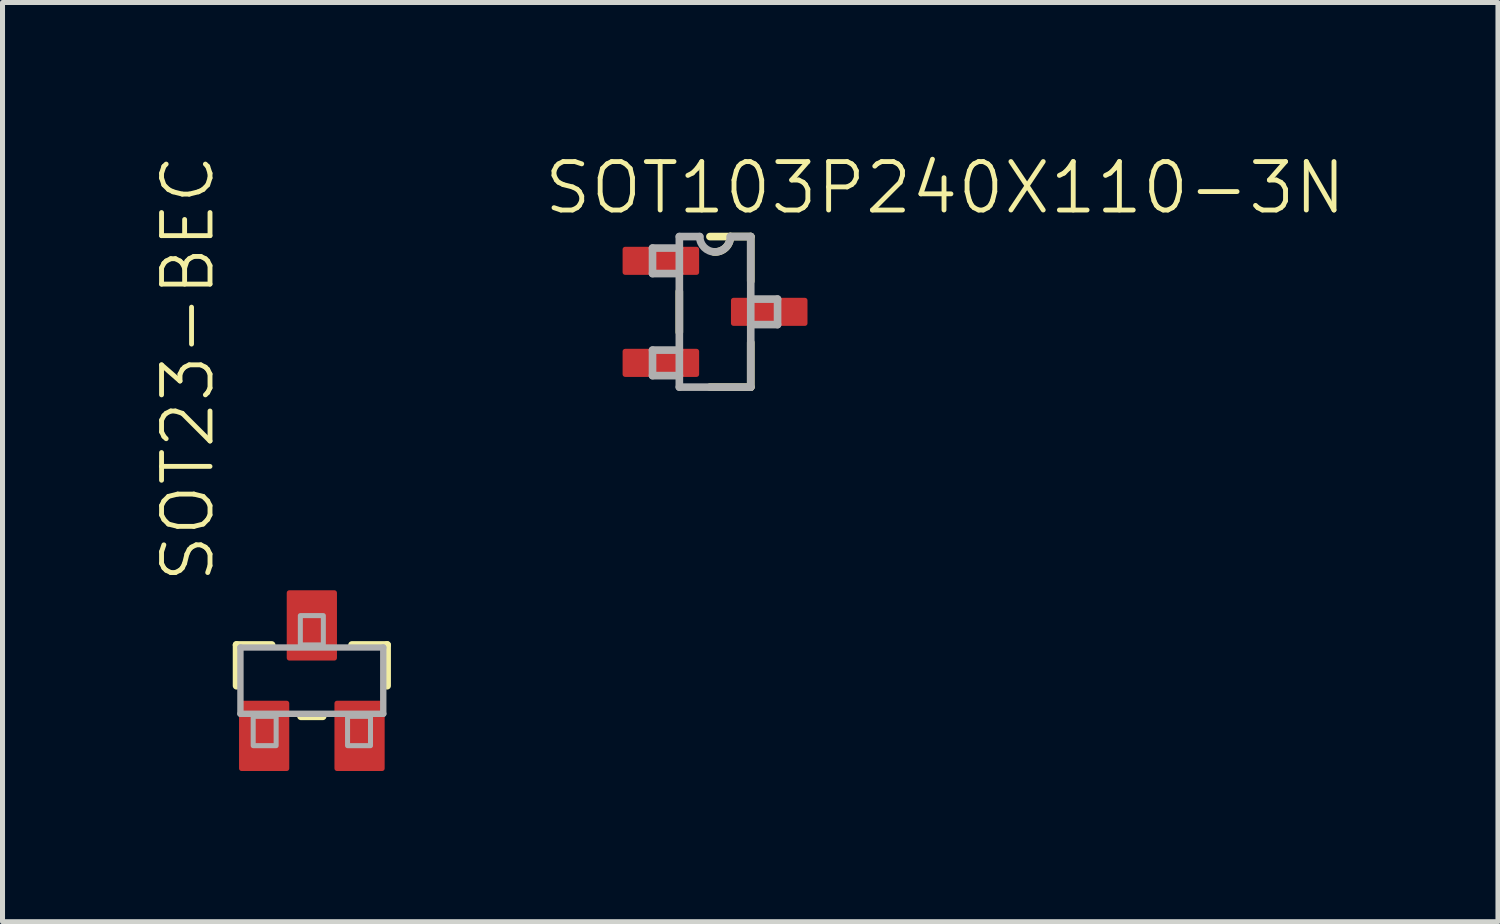
<source format=kicad_pcb>
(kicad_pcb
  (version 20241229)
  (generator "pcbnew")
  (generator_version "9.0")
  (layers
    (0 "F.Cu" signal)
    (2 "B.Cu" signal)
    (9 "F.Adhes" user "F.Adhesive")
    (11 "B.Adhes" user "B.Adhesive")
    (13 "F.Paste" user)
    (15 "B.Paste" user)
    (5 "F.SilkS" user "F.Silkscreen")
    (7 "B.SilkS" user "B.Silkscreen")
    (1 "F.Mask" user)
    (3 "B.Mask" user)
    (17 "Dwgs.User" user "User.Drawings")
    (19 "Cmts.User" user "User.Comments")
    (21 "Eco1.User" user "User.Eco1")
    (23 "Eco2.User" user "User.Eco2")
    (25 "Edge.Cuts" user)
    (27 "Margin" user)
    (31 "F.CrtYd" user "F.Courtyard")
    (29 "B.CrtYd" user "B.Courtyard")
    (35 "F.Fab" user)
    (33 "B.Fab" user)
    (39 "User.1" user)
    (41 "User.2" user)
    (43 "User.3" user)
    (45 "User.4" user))
  (footprint "SOT103P240X110-3N"
    (layer "F.Cu")
    (at 11.189 3.16)
    (property "Reference" "SOT103P240X110-3N" (at -3.454 -1.905 0) (layer "F.SilkS") (effects (font (size 0.965 0.965) (thickness 0.097)) (justify left bottom)))
    (attr through_hole)
    (fp_line (start -0.711 -0.406) (end -0.711 0.406) (stroke (width 0.152) (type solid)) (layer "F.SilkS"))
    (fp_line (start -0.102 1.499) (end 0.711 1.499) (stroke (width 0.152) (type solid)) (layer "F.SilkS"))
    (fp_line (start 0.305 -1.499) (end -0.102 -1.499) (stroke (width 0.152) (type solid)) (layer "F.SilkS"))
    (fp_line (start 0.711 -1.499) (end 0.305 -1.499) (stroke (width 0.152) (type solid)) (layer "F.SilkS"))
    (fp_line (start 0.711 -0.61) (end 0.711 -1.499) (stroke (width 0.152) (type solid)) (layer "F.SilkS"))
    (fp_line (start 0.711 1.499) (end 0.711 0.61) (stroke (width 0.152) (type solid)) (layer "F.SilkS"))
    (fp_arc (start 0.3048 -1.4986) (mid 0.206758 -1.273554) (end -0.0254 -1.1938) (stroke (width 0.1524) (type solid)) (layer "F.SilkS"))
    (fp_line (start -1.245 -1.27) (end -1.245 -0.762) (stroke (width 0.152) (type solid)) (layer "F.Fab"))
    (fp_line (start -1.245 -0.762) (end -0.711 -0.762) (stroke (width 0.152) (type solid)) (layer "F.Fab"))
    (fp_line (start -1.245 0.762) (end -1.245 1.27) (stroke (width 0.152) (type solid)) (layer "F.Fab"))
    (fp_line (start -1.245 1.27) (end -0.711 1.27) (stroke (width 0.152) (type solid)) (layer "F.Fab"))
    (fp_line (start -0.711 -1.499) (end -0.711 -1.27) (stroke (width 0.152) (type solid)) (layer "F.Fab"))
    (fp_line (start -0.711 -1.27) (end -1.245 -1.27) (stroke (width 0.152) (type solid)) (layer "F.Fab"))
    (fp_line (start -0.711 -1.27) (end -0.711 -0.762) (stroke (width 0.152) (type solid)) (layer "F.Fab"))
    (fp_line (start -0.711 -0.762) (end -0.711 0.762) (stroke (width 0.152) (type solid)) (layer "F.Fab"))
    (fp_line (start -0.711 0.762) (end -1.245 0.762) (stroke (width 0.152) (type solid)) (layer "F.Fab"))
    (fp_line (start -0.711 1.27) (end -0.711 0.762) (stroke (width 0.152) (type solid)) (layer "F.Fab"))
    (fp_line (start -0.711 1.499) (end -0.711 1.27) (stroke (width 0.152) (type solid)) (layer "F.Fab"))
    (fp_line (start -0.711 1.499) (end 0.711 1.499) (stroke (width 0.152) (type solid)) (layer "F.Fab"))
    (fp_line (start -0.305 -1.499) (end -0.711 -1.499) (stroke (width 0.152) (type solid)) (layer "F.Fab"))
    (fp_line (start 0.711 -1.499) (end 0.305 -1.499) (stroke (width 0.152) (type solid)) (layer "F.Fab"))
    (fp_line (start 0.711 -0.254) (end 0.711 -1.499) (stroke (width 0.152) (type solid)) (layer "F.Fab"))
    (fp_line (start 0.711 0.254) (end 0.711 -0.254) (stroke (width 0.152) (type solid)) (layer "F.Fab"))
    (fp_line (start 0.711 0.254) (end 1.245 0.254) (stroke (width 0.152) (type solid)) (layer "F.Fab"))
    (fp_line (start 0.711 1.499) (end 0.711 0.254) (stroke (width 0.152) (type solid)) (layer "F.Fab"))
    (fp_line (start 1.245 -0.254) (end 0.711 -0.254) (stroke (width 0.152) (type solid)) (layer "F.Fab"))
    (fp_line (start 1.245 0.254) (end 1.245 -0.254) (stroke (width 0.152) (type solid)) (layer "F.Fab"))
    (fp_arc (start 0.3048 -1.4986) (mid 0 -1.1938) (end -0.3048 -1.4986) (stroke (width 0.1524) (type solid)) (layer "F.Fab"))
    (pad "1" smd roundrect (at -1.079 -1.016) (size 1.524 0.559) (layers "F.Cu" "F.Mask" "F.Paste") (roundrect_rratio 0.091))
    (pad "2" smd roundrect (at -1.079 1.016) (size 1.524 0.559) (layers "F.Cu" "F.Mask" "F.Paste") (roundrect_rratio 0.091))
    (pad "3" smd roundrect (at 1.079 0) (size 1.524 0.559) (layers "F.Cu" "F.Mask" "F.Paste") (roundrect_rratio 0.091)))
  (footprint "SOT23-BEC"
    (layer "F.Cu")
    (at 3.16 10.504)
    (property "Reference" "SOT23-BEC" (at -1.905 -1.905 90) (layer "F.SilkS") (effects (font (size 0.965 0.965) (thickness 0.097)) (justify left bottom)))
    (attr through_hole)
    (fp_line (start -1.499 -0.711) (end -1.499 0.102) (stroke (width 0.152) (type solid)) (layer "F.SilkS"))
    (fp_line (start -0.8 -0.711) (end -1.499 -0.711) (stroke (width 0.152) (type solid)) (layer "F.SilkS"))
    (fp_line (start -0.216 0.711) (end 0.216 0.711) (stroke (width 0.152) (type solid)) (layer "F.SilkS"))
    (fp_line (start 1.499 -0.711) (end 0.8 -0.711) (stroke (width 0.152) (type solid)) (layer "F.SilkS"))
    (fp_line (start 1.499 0.102) (end 1.499 -0.711) (stroke (width 0.152) (type solid)) (layer "F.SilkS"))
    (fp_line (start -1.422 -0.66) (end 1.422 -0.66) (stroke (width 0.127) (type solid)) (layer "F.Fab"))
    (fp_line (start -1.422 0.66) (end -1.422 -0.66) (stroke (width 0.127) (type solid)) (layer "F.Fab"))
    (fp_line (start 1.422 -0.66) (end 1.422 0.66) (stroke (width 0.127) (type solid)) (layer "F.Fab"))
    (fp_line (start 1.422 0.66) (end -1.422 0.66) (stroke (width 0.127) (type solid)) (layer "F.Fab"))
    (fp_poly (pts (xy -1.168 1.295) (xy -0.711 1.295) (xy -0.711 0.711) (xy -1.168 0.711)) (stroke (width 0.1) (type solid)) (fill no) (layer "F.Fab"))
    (fp_poly (pts (xy -0.229 -0.711) (xy 0.229 -0.711) (xy 0.229 -1.295) (xy -0.229 -1.295)) (stroke (width 0.1) (type solid)) (fill no) (layer "F.Fab"))
    (fp_poly (pts (xy 0.711 1.295) (xy 1.168 1.295) (xy 1.168 0.711) (xy 0.711 0.711)) (stroke (width 0.1) (type solid)) (fill no) (layer "F.Fab"))
    (pad "B" smd roundrect (at -0.95 1.1) (size 1 1.4) (layers "F.Cu" "F.Mask" "F.Paste") (roundrect_rratio 0.051))
    (pad "C" smd roundrect (at 0 -1.1) (size 1 1.4) (layers "F.Cu" "F.Mask" "F.Paste") (roundrect_rratio 0.051))
    (pad "E" smd roundrect (at 0.95 1.1) (size 1 1.4) (layers "F.Cu" "F.Mask" "F.Paste") (roundrect_rratio 0.051)))
  (gr_rect
    (start -3 -3)
    (end 26.78 15.304)
    (stroke (width 0.1) (type default))
    (fill no)
    (layer "Edge.Cuts")))
</source>
